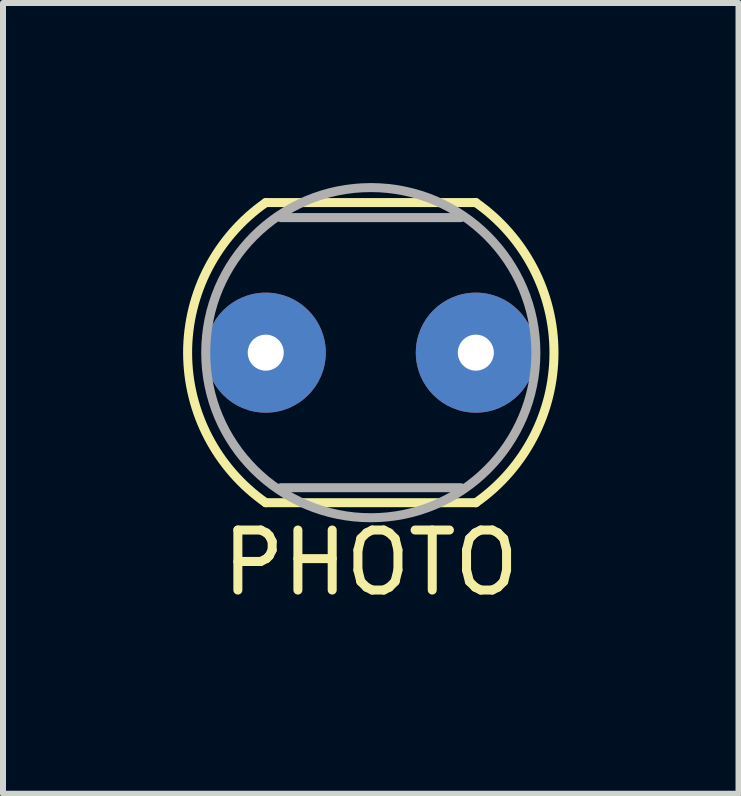
<source format=kicad_pcb>
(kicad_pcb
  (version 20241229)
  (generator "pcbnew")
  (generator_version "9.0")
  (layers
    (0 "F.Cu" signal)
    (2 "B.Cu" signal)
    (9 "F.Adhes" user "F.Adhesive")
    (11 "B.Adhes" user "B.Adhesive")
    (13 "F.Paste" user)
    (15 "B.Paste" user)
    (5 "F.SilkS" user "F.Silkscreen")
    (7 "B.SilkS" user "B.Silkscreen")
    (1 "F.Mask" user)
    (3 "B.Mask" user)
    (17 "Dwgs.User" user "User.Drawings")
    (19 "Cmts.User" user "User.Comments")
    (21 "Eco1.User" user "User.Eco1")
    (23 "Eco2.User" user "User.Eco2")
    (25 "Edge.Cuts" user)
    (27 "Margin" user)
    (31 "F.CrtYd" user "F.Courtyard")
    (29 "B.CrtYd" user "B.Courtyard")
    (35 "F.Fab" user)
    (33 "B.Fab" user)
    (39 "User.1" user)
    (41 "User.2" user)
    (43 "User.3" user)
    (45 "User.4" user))
  (footprint "PHOTO"
    (layer "F.Cu")
    (at 3.127 2.825)
    (property "Reference" "PHOTO" (at 0 3.5 0) (layer "F.SilkS") (effects (font (size 1 1) (thickness 0.15))))
    (attr through_hole)
    (fp_line (start 1.75 -2.5) (end -1.75 -2.5) (stroke (width 0.15) (type solid)) (layer "F.SilkS"))
    (fp_line (start 1.75 2.5) (end -1.75 2.5) (stroke (width 0.15) (type solid)) (layer "F.SilkS"))
    (fp_arc (start -1.75 2.5) (mid -3.051639 0) (end -1.75 -2.5) (stroke (width 0.15) (type solid)) (layer "F.SilkS"))
    (fp_arc (start 1.749999 -2.499999) (mid 3.051638 0) (end 1.749999 2.499999) (stroke (width 0.15) (type solid)) (layer "F.SilkS"))
    (fp_line (start -1.5 -2.25) (end 1.5 -2.25) (stroke (width 0.15) (type solid)) (layer "F.Fab"))
    (fp_line (start -1.5 2.25) (end 1.5 2.25) (stroke (width 0.15) (type solid)) (layer "F.Fab"))
    (fp_circle (center 0 0) (end 2.75 0) (stroke (width 0.15) (type solid)) (fill no) (layer "F.Fab"))
    (pad "1" thru_hole circle (at 1.75 0) (size 2 2) (drill 0.6) (layers "*.Cu" "*.Mask"))
    (pad "2" thru_hole circle (at -1.75 0) (size 2 2) (drill 0.6) (layers "*.Cu" "*.Mask")))
  (gr_rect
    (start -3 -3)
    (end 9.253 10.173)
    (stroke (width 0.1) (type default))
    (fill no)
    (layer "Edge.Cuts")))
</source>
